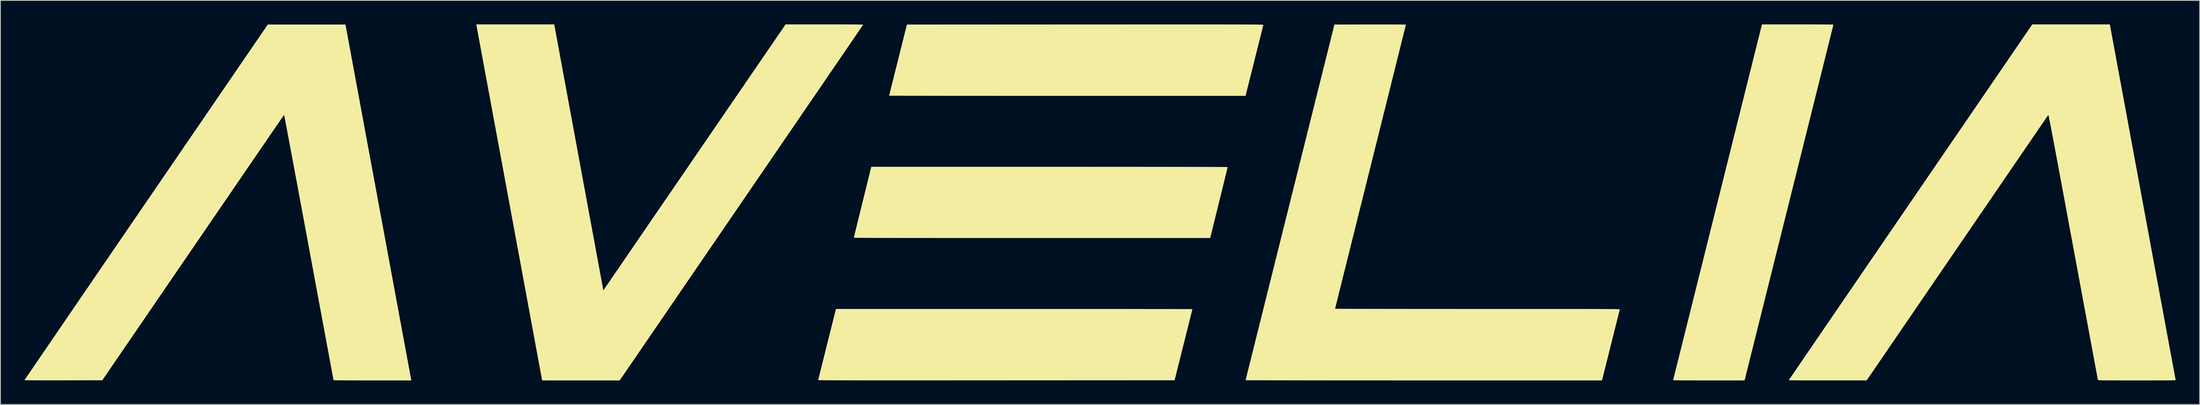
<source format=kicad_pcb>
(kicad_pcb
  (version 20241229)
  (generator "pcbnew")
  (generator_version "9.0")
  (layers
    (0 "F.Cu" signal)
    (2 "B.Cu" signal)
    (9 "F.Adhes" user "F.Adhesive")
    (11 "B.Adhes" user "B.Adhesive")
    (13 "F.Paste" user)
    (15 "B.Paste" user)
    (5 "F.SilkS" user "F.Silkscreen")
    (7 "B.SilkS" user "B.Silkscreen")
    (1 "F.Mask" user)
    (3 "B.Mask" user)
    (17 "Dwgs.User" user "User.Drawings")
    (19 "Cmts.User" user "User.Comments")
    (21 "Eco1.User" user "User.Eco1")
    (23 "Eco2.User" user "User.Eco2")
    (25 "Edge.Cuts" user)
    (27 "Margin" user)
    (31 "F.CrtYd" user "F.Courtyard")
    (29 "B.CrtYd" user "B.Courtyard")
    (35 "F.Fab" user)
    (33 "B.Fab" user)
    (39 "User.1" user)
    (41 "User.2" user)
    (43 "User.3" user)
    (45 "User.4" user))
  (footprint "avelia_logo"
    (layer "F.Cu")
    (at 135.433 23.3)
    (property "Reference" "avelia_logo" (at 0 0 0) (layer "F.SilkS") (effects (font (size 1.524 1.524) (thickness 0.3))))
    (attr board_only exclude_from_pos_files exclude_from_bom)
    (fp_poly (pts (xy 86.314 -23.3) (xy 86.835 -23.299) (xy 87.333 -23.298) (xy 87.805 -23.297) (xy 88.247 -23.296) (xy 88.654 -23.294) (xy 89.024 -23.292) (xy 89.351 -23.29) (xy 89.633 -23.287) (xy 89.866 -23.285) (xy 90.045 -23.282) (xy 90.167 -23.279) (xy 90.227 -23.276) (xy 90.234 -23.275) (xy 90.226 -23.242) (xy 90.202 -23.145) (xy 90.163 -22.987) (xy 90.109 -22.77) (xy 90.041 -22.494) (xy 89.958 -22.162) (xy 89.862 -21.775) (xy 89.753 -21.335) (xy 89.63 -20.844) (xy 89.496 -20.303) (xy 89.349 -19.714) (xy 89.191 -19.078) (xy 89.022 -18.397) (xy 88.841 -17.673) (xy 88.651 -16.908) (xy 88.45 -16.103) (xy 88.24 -15.26) (xy 88.021 -14.38) (xy 87.793 -13.465) (xy 87.557 -12.517) (xy 87.313 -11.537) (xy 87.061 -10.527) (xy 86.803 -9.489) (xy 86.537 -8.425) (xy 86.266 -7.335) (xy 85.988 -6.222) (xy 85.706 -5.087) (xy 85.418 -3.933) (xy 85.125 -2.76) (xy 84.829 -1.57) (xy 84.693 -1.025) (xy 79.152 21.2) (xy 74.689 21.2) (xy 74.052 21.2) (xy 73.48 21.2) (xy 72.967 21.2) (xy 72.511 21.199) (xy 72.108 21.198) (xy 71.756 21.198) (xy 71.45 21.196) (xy 71.189 21.195) (xy 70.967 21.193) (xy 70.782 21.19) (xy 70.631 21.187) (xy 70.511 21.184) (xy 70.417 21.18) (xy 70.347 21.175) (xy 70.298 21.17) (xy 70.266 21.164) (xy 70.248 21.157) (xy 70.24 21.15) (xy 70.24 21.142) (xy 70.249 21.106) (xy 70.273 21.008) (xy 70.313 20.849) (xy 70.368 20.629) (xy 70.437 20.352) (xy 70.52 20.018) (xy 70.617 19.63) (xy 70.727 19.188) (xy 70.85 18.695) (xy 70.985 18.152) (xy 71.132 17.561) (xy 71.291 16.924) (xy 71.461 16.242) (xy 71.642 15.517) (xy 71.833 14.75) (xy 72.034 13.944) (xy 72.245 13.099) (xy 72.464 12.218) (xy 72.692 11.302) (xy 72.929 10.353) (xy 73.173 9.372) (xy 73.425 8.362) (xy 73.684 7.323) (xy 73.95 6.258) (xy 74.221 5.168) (xy 74.499 4.055) (xy 74.782 2.92) (xy 75.069 1.765) (xy 75.362 0.592) (xy 75.658 -0.597) (xy 75.786 -1.108) (xy 81.317 -23.3) (xy 85.775 -23.3)) (stroke (width 0) (type solid)) (fill yes) (layer "F.SilkS"))
    (fp_poly (pts (xy -10.751 12.267) (xy -9.552 12.267) (xy -8.372 12.267) (xy -7.212 12.267) (xy -6.074 12.268) (xy -4.959 12.268) (xy -3.87 12.268) (xy -2.807 12.269) (xy -1.773 12.269) (xy -0.769 12.27) (xy 0.202 12.271) (xy 1.14 12.272) (xy 2.042 12.272) (xy 2.907 12.273) (xy 3.733 12.274) (xy 4.518 12.275) (xy 5.261 12.276) (xy 5.959 12.277) (xy 6.612 12.278) (xy 7.217 12.279) (xy 7.773 12.28) (xy 8.277 12.281) (xy 8.729 12.283) (xy 9.126 12.284) (xy 9.466 12.285) (xy 9.749 12.286) (xy 9.972 12.288) (xy 10.134 12.289) (xy 10.232 12.29) (xy 10.266 12.292) (xy 10.266 12.292) (xy 10.258 12.326) (xy 10.234 12.422) (xy 10.197 12.575) (xy 10.145 12.781) (xy 10.082 13.038) (xy 10.007 13.34) (xy 9.921 13.684) (xy 9.825 14.067) (xy 9.721 14.485) (xy 9.609 14.935) (xy 9.49 15.411) (xy 9.365 15.911) (xy 9.235 16.432) (xy 9.155 16.75) (xy 8.046 21.183) (xy -14.196 21.192) (xy -15.656 21.192) (xy -17.051 21.193) (xy -18.382 21.193) (xy -19.651 21.194) (xy -20.86 21.194) (xy -22.009 21.194) (xy -23.1 21.195) (xy -24.135 21.195) (xy -25.115 21.195) (xy -26.042 21.195) (xy -26.917 21.195) (xy -27.742 21.195) (xy -28.518 21.195) (xy -29.246 21.195) (xy -29.929 21.194) (xy -30.567 21.194) (xy -31.162 21.194) (xy -31.716 21.193) (xy -32.229 21.192) (xy -32.704 21.192) (xy -33.143 21.191) (xy -33.545 21.19) (xy -33.914 21.189) (xy -34.25 21.188) (xy -34.555 21.186) (xy -34.83 21.185) (xy -35.077 21.183) (xy -35.298 21.182) (xy -35.494 21.18) (xy -35.665 21.178) (xy -35.815 21.176) (xy -35.944 21.174) (xy -36.053 21.172) (xy -36.145 21.169) (xy -36.221 21.166) (xy -36.282 21.164) (xy -36.33 21.161) (xy -36.365 21.158) (xy -36.391 21.154) (xy -36.408 21.151) (xy -36.417 21.148) (xy -36.42 21.144) (xy -36.42 21.142) (xy -36.41 21.103) (xy -36.385 21.003) (xy -36.345 20.846) (xy -36.293 20.636) (xy -36.228 20.377) (xy -36.151 20.072) (xy -36.064 19.725) (xy -35.968 19.341) (xy -35.863 18.923) (xy -35.751 18.474) (xy -35.633 17.999) (xy -35.508 17.501) (xy -35.379 16.985) (xy -35.333 16.8) (xy -35.202 16.277) (xy -35.076 15.77) (xy -34.954 15.283) (xy -34.839 14.821) (xy -34.73 14.387) (xy -34.63 13.985) (xy -34.538 13.62) (xy -34.457 13.294) (xy -34.386 13.012) (xy -34.328 12.777) (xy -34.282 12.595) (xy -34.25 12.468) (xy -34.233 12.4) (xy -34.23 12.392) (xy -34.197 12.267) (xy -11.965 12.267)) (stroke (width 0) (type solid)) (fill yes) (layer "F.SilkS"))
    (fp_poly (pts (xy 10.442 -23.295) (xy 11.218 -23.295) (xy 11.946 -23.295) (xy 12.629 -23.294) (xy 13.267 -23.294) (xy 13.862 -23.294) (xy 14.416 -23.293) (xy 14.929 -23.292) (xy 15.404 -23.292) (xy 15.843 -23.291) (xy 16.245 -23.29) (xy 16.614 -23.289) (xy 16.95 -23.288) (xy 17.255 -23.286) (xy 17.53 -23.285) (xy 17.777 -23.283) (xy 17.998 -23.282) (xy 18.194 -23.28) (xy 18.365 -23.278) (xy 18.515 -23.276) (xy 18.644 -23.274) (xy 18.753 -23.272) (xy 18.845 -23.269) (xy 18.921 -23.266) (xy 18.982 -23.264) (xy 19.03 -23.261) (xy 19.065 -23.258) (xy 19.091 -23.254) (xy 19.108 -23.251) (xy 19.117 -23.248) (xy 19.12 -23.244) (xy 19.12 -23.242) (xy 19.11 -23.203) (xy 19.085 -23.103) (xy 19.045 -22.946) (xy 18.993 -22.736) (xy 18.928 -22.477) (xy 18.851 -22.172) (xy 18.764 -21.825) (xy 18.668 -21.441) (xy 18.563 -21.023) (xy 18.451 -20.574) (xy 18.333 -20.099) (xy 18.208 -19.601) (xy 18.079 -19.085) (xy 18.033 -18.9) (xy 17.902 -18.377) (xy 17.776 -17.87) (xy 17.654 -17.383) (xy 17.539 -16.921) (xy 17.43 -16.487) (xy 17.33 -16.085) (xy 17.238 -15.72) (xy 17.157 -15.394) (xy 17.086 -15.112) (xy 17.028 -14.877) (xy 16.982 -14.695) (xy 16.95 -14.568) (xy 16.933 -14.5) (xy 16.93 -14.492) (xy 16.897 -14.367) (xy -5.335 -14.367) (xy -6.549 -14.367) (xy -7.748 -14.367) (xy -8.928 -14.367) (xy -10.088 -14.367) (xy -11.226 -14.368) (xy -12.341 -14.368) (xy -13.43 -14.368) (xy -14.493 -14.369) (xy -15.527 -14.369) (xy -16.531 -14.37) (xy -17.502 -14.371) (xy -18.44 -14.372) (xy -19.342 -14.372) (xy -20.207 -14.373) (xy -21.033 -14.374) (xy -21.818 -14.375) (xy -22.561 -14.376) (xy -23.259 -14.377) (xy -23.912 -14.378) (xy -24.517 -14.379) (xy -25.073 -14.38) (xy -25.577 -14.381) (xy -26.029 -14.383) (xy -26.426 -14.384) (xy -26.766 -14.385) (xy -27.049 -14.386) (xy -27.272 -14.388) (xy -27.434 -14.389) (xy -27.532 -14.39) (xy -27.566 -14.392) (xy -27.566 -14.392) (xy -27.558 -14.426) (xy -27.534 -14.522) (xy -27.497 -14.675) (xy -27.445 -14.881) (xy -27.382 -15.138) (xy -27.307 -15.44) (xy -27.221 -15.784) (xy -27.125 -16.167) (xy -27.021 -16.585) (xy -26.909 -17.035) (xy -26.79 -17.511) (xy -26.665 -18.011) (xy -26.535 -18.532) (xy -26.455 -18.85) (xy -25.346 -23.283) (xy -3.104 -23.292) (xy -1.644 -23.292) (xy -0.249 -23.293) (xy 1.082 -23.293) (xy 2.351 -23.294) (xy 3.56 -23.294) (xy 4.709 -23.294) (xy 5.8 -23.295) (xy 6.835 -23.295) (xy 7.815 -23.295) (xy 8.742 -23.295) (xy 9.617 -23.295)) (stroke (width 0) (type solid)) (fill yes) (layer "F.SilkS"))
    (fp_poly (pts (xy -5.92 -5.5) (xy -4.342 -5.5) (xy -2.829 -5.5) (xy -1.383 -5.499) (xy -0.002 -5.499) (xy 1.315 -5.498) (xy 2.567 -5.498) (xy 3.755 -5.497) (xy 4.88 -5.496) (xy 5.941 -5.496) (xy 6.939 -5.495) (xy 7.875 -5.494) (xy 8.749 -5.492) (xy 9.561 -5.491) (xy 10.311 -5.49) (xy 11.001 -5.488) (xy 11.629 -5.487) (xy 12.198 -5.485) (xy 12.707 -5.484) (xy 13.156 -5.482) (xy 13.546 -5.48) (xy 13.877 -5.478) (xy 14.15 -5.476) (xy 14.365 -5.474) (xy 14.522 -5.471) (xy 14.622 -5.469) (xy 14.665 -5.466) (xy 14.667 -5.466) (xy 14.659 -5.43) (xy 14.636 -5.333) (xy 14.599 -5.179) (xy 14.549 -4.972) (xy 14.486 -4.715) (xy 14.412 -4.413) (xy 14.328 -4.069) (xy 14.234 -3.686) (xy 14.132 -3.27) (xy 14.022 -2.824) (xy 13.906 -2.35) (xy 13.783 -1.854) (xy 13.656 -1.34) (xy 13.615 -1.174) (xy 13.486 -0.651) (xy 13.361 -0.145) (xy 13.241 0.342) (xy 13.127 0.804) (xy 13.02 1.239) (xy 12.921 1.642) (xy 12.831 2.008) (xy 12.751 2.335) (xy 12.681 2.619) (xy 12.623 2.854) (xy 12.578 3.038) (xy 12.547 3.166) (xy 12.531 3.234) (xy 12.529 3.242) (xy 12.494 3.4) (xy -9.736 3.4) (xy -11.236 3.4) (xy -12.67 3.4) (xy -14.04 3.4) (xy -15.347 3.4) (xy -16.593 3.399) (xy -17.779 3.399) (xy -18.906 3.399) (xy -19.976 3.399) (xy -20.99 3.398) (xy -21.949 3.398) (xy -22.854 3.397) (xy -23.707 3.396) (xy -24.51 3.396) (xy -25.262 3.395) (xy -25.967 3.394) (xy -26.625 3.393) (xy -27.237 3.392) (xy -27.805 3.391) (xy -28.33 3.39) (xy -28.813 3.389) (xy -29.256 3.388) (xy -29.66 3.386) (xy -30.026 3.385) (xy -30.357 3.383) (xy -30.652 3.381) (xy -30.913 3.38) (xy -31.142 3.378) (xy -31.34 3.376) (xy -31.508 3.373) (xy -31.647 3.371) (xy -31.76 3.369) (xy -31.847 3.366) (xy -31.909 3.364) (xy -31.948 3.361) (xy -31.966 3.358) (xy -31.967 3.357) (xy -31.959 3.32) (xy -31.936 3.222) (xy -31.899 3.068) (xy -31.849 2.861) (xy -31.788 2.607) (xy -31.715 2.308) (xy -31.633 1.971) (xy -31.541 1.597) (xy -31.442 1.193) (xy -31.336 0.761) (xy -31.224 0.306) (xy -31.107 -0.167) (xy -31.082 -0.268) (xy -30.96 -0.763) (xy -30.839 -1.254) (xy -30.72 -1.735) (xy -30.606 -2.199) (xy -30.496 -2.642) (xy -30.394 -3.059) (xy -30.299 -3.443) (xy -30.214 -3.789) (xy -30.139 -4.091) (xy -30.077 -4.345) (xy -30.028 -4.545) (xy -29.996 -4.675) (xy -29.794 -5.5) (xy -7.564 -5.5)) (stroke (width 0) (type solid)) (fill yes) (layer "F.SilkS"))
    (fp_poly (pts (xy -69.321 -23.192) (xy -69.313 -23.148) (xy -69.294 -23.041) (xy -69.263 -22.873) (xy -69.221 -22.647) (xy -69.169 -22.366) (xy -69.108 -22.031) (xy -69.037 -21.645) (xy -68.957 -21.21) (xy -68.868 -20.729) (xy -68.771 -20.205) (xy -68.667 -19.639) (xy -68.556 -19.034) (xy -68.438 -18.393) (xy -68.313 -17.717) (xy -68.183 -17.009) (xy -68.047 -16.272) (xy -67.906 -15.508) (xy -67.761 -14.72) (xy -67.612 -13.909) (xy -67.459 -13.079) (xy -67.303 -12.231) (xy -67.144 -11.368) (xy -66.982 -10.493) (xy -66.819 -9.607) (xy -66.655 -8.714) (xy -66.489 -7.815) (xy -66.323 -6.913) (xy -66.157 -6.01) (xy -65.991 -5.11) (xy -65.826 -4.213) (xy -65.662 -3.324) (xy -65.499 -2.443) (xy -65.339 -1.573) (xy -65.182 -0.718) (xy -65.027 0.122) (xy -64.876 0.942) (xy -64.728 1.742) (xy -64.585 2.519) (xy -64.447 3.269) (xy -64.314 3.992) (xy -64.186 4.683) (xy -64.065 5.342) (xy -63.95 5.965) (xy -63.842 6.551) (xy -63.742 7.096) (xy -63.649 7.599) (xy -63.565 8.057) (xy -63.489 8.467) (xy -63.423 8.828) (xy -63.366 9.136) (xy -63.319 9.39) (xy -63.283 9.587) (xy -63.257 9.724) (xy -63.243 9.799) (xy -63.241 9.814) (xy -63.216 9.944) (xy -40.483 -23.299) (xy -35.638 -23.3) (xy -34.952 -23.3) (xy -34.329 -23.299) (xy -33.768 -23.299) (xy -33.265 -23.298) (xy -32.818 -23.297) (xy -32.424 -23.296) (xy -32.081 -23.294) (xy -31.785 -23.292) (xy -31.534 -23.289) (xy -31.326 -23.286) (xy -31.156 -23.283) (xy -31.024 -23.279) (xy -30.926 -23.275) (xy -30.859 -23.27) (xy -30.821 -23.265) (xy -30.809 -23.259) (xy -30.809 -23.258) (xy -30.828 -23.229) (xy -30.885 -23.146) (xy -30.977 -23.01) (xy -31.104 -22.824) (xy -31.265 -22.587) (xy -31.459 -22.302) (xy -31.685 -21.97) (xy -31.943 -21.591) (xy -32.232 -21.168) (xy -32.55 -20.702) (xy -32.897 -20.194) (xy -33.271 -19.645) (xy -33.673 -19.056) (xy -34.101 -18.43) (xy -34.553 -17.766) (xy -35.031 -17.068) (xy -35.531 -16.334) (xy -36.054 -15.568) (xy -36.599 -14.77) (xy -37.165 -13.942) (xy -37.75 -13.085) (xy -38.354 -12.2) (xy -38.977 -11.289) (xy -39.616 -10.353) (xy -40.272 -9.392) (xy -40.944 -8.409) (xy -41.63 -7.405) (xy -42.329 -6.381) (xy -43.042 -5.339) (xy -43.766 -4.279) (xy -44.501 -3.203) (xy -45.246 -2.112) (xy -46 -1.008) (xy -61.176 21.2) (xy -70.853 21.2) (xy -74.946 -0.975) (xy -75.168 -2.179) (xy -75.387 -3.366) (xy -75.603 -4.536) (xy -75.816 -5.687) (xy -76.024 -6.816) (xy -76.228 -7.923) (xy -76.428 -9.005) (xy -76.623 -10.061) (xy -76.813 -11.088) (xy -76.997 -12.087) (xy -77.176 -13.054) (xy -77.348 -13.987) (xy -77.515 -14.887) (xy -77.674 -15.75) (xy -77.826 -16.574) (xy -77.971 -17.359) (xy -78.109 -18.103) (xy -78.238 -18.803) (xy -78.359 -19.459) (xy -78.472 -20.067) (xy -78.575 -20.628) (xy -78.67 -21.139) (xy -78.755 -21.598) (xy -78.83 -22.004) (xy -78.895 -22.354) (xy -78.949 -22.648) (xy -78.993 -22.884) (xy -79.025 -23.059) (xy -79.047 -23.173) (xy -79.056 -23.223) (xy -79.056 -23.225) (xy -79.074 -23.3) (xy -69.341 -23.3)) (stroke (width 0) (type solid)) (fill yes) (layer "F.SilkS"))
    (fp_poly (pts (xy -91.299 -1.15) (xy -91.077 0.053) (xy -90.858 1.24) (xy -90.642 2.409) (xy -90.43 3.559) (xy -90.221 4.688) (xy -90.017 5.794) (xy -89.817 6.875) (xy -89.622 7.931) (xy -89.433 8.958) (xy -89.248 9.956) (xy -89.07 10.923) (xy -88.897 11.857) (xy -88.731 12.756) (xy -88.572 13.618) (xy -88.419 14.443) (xy -88.274 15.228) (xy -88.137 15.971) (xy -88.008 16.672) (xy -87.887 17.327) (xy -87.774 17.936) (xy -87.67 18.496) (xy -87.576 19.007) (xy -87.491 19.466) (xy -87.416 19.872) (xy -87.351 20.222) (xy -87.297 20.516) (xy -87.253 20.751) (xy -87.221 20.927) (xy -87.2 21.04) (xy -87.191 21.09) (xy -87.19 21.092) (xy -87.168 21.2) (xy -92.015 21.2) (xy -92.68 21.2) (xy -93.281 21.2) (xy -93.822 21.2) (xy -94.305 21.199) (xy -94.735 21.199) (xy -95.114 21.198) (xy -95.446 21.197) (xy -95.733 21.195) (xy -95.979 21.193) (xy -96.187 21.191) (xy -96.36 21.189) (xy -96.502 21.186) (xy -96.615 21.182) (xy -96.703 21.178) (xy -96.769 21.173) (xy -96.816 21.168) (xy -96.847 21.162) (xy -96.866 21.155) (xy -96.875 21.148) (xy -96.878 21.142) (xy -96.885 21.106) (xy -96.904 21.006) (xy -96.934 20.844) (xy -96.975 20.623) (xy -97.027 20.345) (xy -97.09 20.01) (xy -97.162 19.622) (xy -97.243 19.182) (xy -97.334 18.692) (xy -97.434 18.154) (xy -97.542 17.57) (xy -97.659 16.943) (xy -97.783 16.273) (xy -97.915 15.563) (xy -98.053 14.815) (xy -98.198 14.031) (xy -98.35 13.213) (xy -98.508 12.363) (xy -98.671 11.483) (xy -98.839 10.574) (xy -99.012 9.639) (xy -99.19 8.679) (xy -99.371 7.697) (xy -99.557 6.695) (xy -99.746 5.675) (xy -99.938 4.637) (xy -99.956 4.542) (xy -100.148 3.504) (xy -100.337 2.482) (xy -100.523 1.479) (xy -100.705 0.497) (xy -100.883 -0.463) (xy -101.057 -1.399) (xy -101.226 -2.308) (xy -101.389 -3.189) (xy -101.548 -4.04) (xy -101.7 -4.859) (xy -101.846 -5.644) (xy -101.986 -6.392) (xy -102.118 -7.103) (xy -102.244 -7.773) (xy -102.361 -8.402) (xy -102.471 -8.987) (xy -102.572 -9.526) (xy -102.664 -10.017) (xy -102.747 -10.458) (xy -102.821 -10.848) (xy -102.884 -11.184) (xy -102.938 -11.464) (xy -102.981 -11.687) (xy -103.013 -11.851) (xy -103.033 -11.952) (xy -103.042 -11.991) (xy -103.042 -11.991) (xy -103.062 -11.964) (xy -103.119 -11.882) (xy -103.211 -11.749) (xy -103.338 -11.565) (xy -103.498 -11.332) (xy -103.691 -11.051) (xy -103.915 -10.725) (xy -104.169 -10.354) (xy -104.453 -9.94) (xy -104.765 -9.484) (xy -105.105 -8.988) (xy -105.47 -8.454) (xy -105.861 -7.883) (xy -106.277 -7.276) (xy -106.715 -6.635) (xy -107.176 -5.962) (xy -107.657 -5.258) (xy -108.159 -4.524) (xy -108.68 -3.762) (xy -109.219 -2.973) (xy -109.775 -2.16) (xy -110.347 -1.323) (xy -110.934 -0.464) (xy -111.535 0.415) (xy -112.149 1.313) (xy -112.774 2.229) (xy -113.411 3.161) (xy -114.057 4.107) (xy -114.394 4.6) (xy -125.72 21.183) (xy -130.577 21.192) (xy -131.198 21.193) (xy -131.789 21.193) (xy -132.346 21.193) (xy -132.866 21.193) (xy -133.347 21.192) (xy -133.786 21.191) (xy -134.179 21.189) (xy -134.524 21.187) (xy -134.818 21.185) (xy -135.058 21.182) (xy -135.242 21.179) (xy -135.366 21.176) (xy -135.427 21.172) (xy -135.433 21.17) (xy -135.415 21.142) (xy -135.359 21.059) (xy -135.268 20.924) (xy -135.142 20.738) (xy -134.982 20.502) (xy -134.788 20.217) (xy -134.562 19.886) (xy -134.305 19.508) (xy -134.017 19.086) (xy -133.7 18.62) (xy -133.354 18.112) (xy -132.98 17.564) (xy -132.579 16.976) (xy -132.152 16.35) (xy -131.7 15.687) (xy -131.223 14.988) (xy -130.723 14.256) (xy -130.201 13.49) (xy -129.656 12.693) (xy -129.091 11.865) (xy -128.507 11.008) (xy -127.903 10.124) (xy -127.281 9.213) (xy -126.641 8.277) (xy -125.986 7.317) (xy -125.315 6.334) (xy -124.629 5.33) (xy -123.93 4.307) (xy -123.218 3.264) (xy -122.494 2.204) (xy -121.759 1.129) (xy -121.014 0.038) (xy -120.259 -1.066) (xy -120.255 -1.071) (xy -105.078 -23.283) (xy -95.387 -23.283)) (stroke (width 0) (type solid)) (fill yes) (layer "F.SilkS"))
    (fp_poly (pts (xy 119.878 -23.3) (xy 124.717 -23.3) (xy 128.814 -1.108) (xy 129.036 0.096) (xy 129.255 1.284) (xy 129.471 2.454) (xy 129.684 3.604) (xy 129.892 4.734) (xy 130.097 5.841) (xy 130.297 6.923) (xy 130.492 7.979) (xy 130.681 9.006) (xy 130.866 10.005) (xy 131.044 10.972) (xy 131.217 11.906) (xy 131.383 12.805) (xy 131.543 13.667) (xy 131.695 14.492) (xy 131.84 15.277) (xy 131.978 16.02) (xy 132.107 16.721) (xy 132.228 17.376) (xy 132.341 17.985) (xy 132.444 18.545) (xy 132.539 19.056) (xy 132.624 19.515) (xy 132.699 19.92) (xy 132.764 20.271) (xy 132.818 20.565) (xy 132.862 20.8) (xy 132.895 20.976) (xy 132.916 21.089) (xy 132.925 21.139) (xy 132.926 21.141) (xy 132.926 21.149) (xy 132.918 21.157) (xy 132.901 21.163) (xy 132.87 21.169) (xy 132.822 21.174) (xy 132.755 21.179) (xy 132.665 21.183) (xy 132.549 21.186) (xy 132.403 21.189) (xy 132.225 21.192) (xy 132.012 21.194) (xy 131.76 21.196) (xy 131.466 21.197) (xy 131.127 21.198) (xy 130.74 21.199) (xy 130.301 21.199) (xy 129.808 21.2) (xy 129.257 21.2) (xy 128.645 21.2) (xy 128.091 21.2) (xy 127.426 21.2) (xy 126.825 21.2) (xy 126.284 21.2) (xy 125.8 21.199) (xy 125.37 21.199) (xy 124.991 21.198) (xy 124.659 21.197) (xy 124.372 21.195) (xy 124.126 21.193) (xy 123.918 21.191) (xy 123.745 21.189) (xy 123.603 21.186) (xy 123.49 21.182) (xy 123.402 21.178) (xy 123.336 21.173) (xy 123.289 21.168) (xy 123.258 21.162) (xy 123.239 21.155) (xy 123.23 21.148) (xy 123.227 21.142) (xy 123.22 21.106) (xy 123.201 21.006) (xy 123.171 20.844) (xy 123.13 20.623) (xy 123.079 20.345) (xy 123.016 20.01) (xy 122.944 19.622) (xy 122.863 19.182) (xy 122.772 18.692) (xy 122.672 18.154) (xy 122.564 17.57) (xy 122.448 16.942) (xy 122.324 16.273) (xy 122.192 15.563) (xy 122.053 14.815) (xy 121.908 14.031) (xy 121.757 13.213) (xy 121.599 12.362) (xy 121.436 11.481) (xy 121.268 10.572) (xy 121.095 9.637) (xy 120.917 8.678) (xy 120.735 7.695) (xy 120.55 6.693) (xy 120.361 5.672) (xy 120.169 4.634) (xy 120.148 4.524) (xy 119.917 3.274) (xy 119.697 2.088) (xy 119.489 0.964) (xy 119.292 -0.1) (xy 119.106 -1.104) (xy 118.931 -2.051) (xy 118.765 -2.942) (xy 118.61 -3.78) (xy 118.464 -4.565) (xy 118.328 -5.299) (xy 118.2 -5.984) (xy 118.082 -6.621) (xy 117.971 -7.213) (xy 117.869 -7.761) (xy 117.774 -8.266) (xy 117.687 -8.73) (xy 117.607 -9.155) (xy 117.534 -9.542) (xy 117.468 -9.894) (xy 117.407 -10.211) (xy 117.353 -10.496) (xy 117.304 -10.749) (xy 117.26 -10.973) (xy 117.221 -11.17) (xy 117.187 -11.34) (xy 117.157 -11.486) (xy 117.132 -11.609) (xy 117.11 -11.711) (xy 117.091 -11.794) (xy 117.076 -11.859) (xy 117.063 -11.907) (xy 117.053 -11.941) (xy 117.045 -11.963) (xy 117.038 -11.973) (xy 117.034 -11.973) (xy 117.033 -11.972) (xy 117.012 -11.941) (xy 116.954 -11.857) (xy 116.86 -11.72) (xy 116.732 -11.533) (xy 116.571 -11.297) (xy 116.377 -11.014) (xy 116.151 -10.684) (xy 115.896 -10.31) (xy 115.611 -9.893) (xy 115.297 -9.434) (xy 114.957 -8.936) (xy 114.59 -8.399) (xy 114.198 -7.825) (xy 113.782 -7.216) (xy 113.342 -6.573) (xy 112.881 -5.897) (xy 112.398 -5.191) (xy 111.896 -4.455) (xy 111.374 -3.691) (xy 110.835 -2.901) (xy 110.278 -2.086) (xy 109.706 -1.248) (xy 109.119 -0.388) (xy 108.517 0.492) (xy 107.904 1.392) (xy 107.278 2.308) (xy 106.641 3.24) (xy 105.995 4.187) (xy 105.683 4.644) (xy 94.383 21.197) (xy 89.521 21.198) (xy 88.848 21.198) (xy 88.238 21.198) (xy 87.689 21.198) (xy 87.198 21.198) (xy 86.761 21.197) (xy 86.376 21.196) (xy 86.039 21.195) (xy 85.748 21.193) (xy 85.499 21.191) (xy 85.29 21.189) (xy 85.118 21.186) (xy 84.979 21.182) (xy 84.87 21.179) (xy 84.789 21.174) (xy 84.732 21.169) (xy 84.697 21.164) (xy 84.68 21.158) (xy 84.678 21.153) (xy 84.697 21.123) (xy 84.754 21.04) (xy 84.846 20.904) (xy 84.973 20.717) (xy 85.134 20.48) (xy 85.328 20.194) (xy 85.555 19.862) (xy 85.813 19.483) (xy 86.102 19.06) (xy 86.42 18.594) (xy 86.767 18.085) (xy 87.141 17.536) (xy 87.543 16.947) (xy 87.971 16.32) (xy 88.424 15.657) (xy 88.901 14.958) (xy 89.402 14.224) (xy 89.925 13.458) (xy 90.47 12.66) (xy 91.035 11.832) (xy 91.621 10.974) (xy 92.225 10.089) (xy 92.848 9.178) (xy 93.487 8.241) (xy 94.143 7.281) (xy 94.815 6.298) (xy 95.501 5.294) (xy 96.2 4.27) (xy 96.912 3.227) (xy 97.637 2.167) (xy 98.372 1.091) (xy 99.117 0.001) (xy 99.867 -1.097) (xy 115.039 -23.3)) (stroke (width 0) (type solid)) (fill yes) (layer "F.SilkS"))
    (fp_poly (pts (xy 34.429 -23.293) (xy 34.963 -23.293) (xy 35.433 -23.291) (xy 35.839 -23.289) (xy 36.179 -23.287) (xy 36.454 -23.284) (xy 36.664 -23.28) (xy 36.808 -23.276) (xy 36.885 -23.271) (xy 36.9 -23.267) (xy 36.892 -23.233) (xy 36.868 -23.136) (xy 36.83 -22.978) (xy 36.776 -22.761) (xy 36.708 -22.487) (xy 36.626 -22.157) (xy 36.531 -21.774) (xy 36.423 -21.339) (xy 36.303 -20.854) (xy 36.171 -20.322) (xy 36.027 -19.743) (xy 35.872 -19.119) (xy 35.706 -18.454) (xy 35.531 -17.747) (xy 35.345 -17.003) (xy 35.151 -16.221) (xy 34.948 -15.404) (xy 34.736 -14.554) (xy 34.517 -13.672) (xy 34.29 -12.762) (xy 34.056 -11.823) (xy 33.816 -10.859) (xy 33.57 -9.871) (xy 33.319 -8.861) (xy 33.062 -7.831) (xy 32.801 -6.782) (xy 32.535 -5.717) (xy 32.483 -5.508) (xy 32.217 -4.44) (xy 31.955 -3.388) (xy 31.698 -2.354) (xy 31.445 -1.34) (xy 31.198 -0.348) (xy 30.957 0.621) (xy 30.722 1.564) (xy 30.494 2.48) (xy 30.273 3.367) (xy 30.06 4.223) (xy 29.855 5.046) (xy 29.659 5.835) (xy 29.471 6.587) (xy 29.294 7.3) (xy 29.126 7.974) (xy 28.969 8.605) (xy 28.823 9.192) (xy 28.689 9.734) (xy 28.566 10.227) (xy 28.455 10.672) (xy 28.358 11.065) (xy 28.274 11.405) (xy 28.203 11.689) (xy 28.147 11.917) (xy 28.105 12.086) (xy 28.078 12.195) (xy 28.067 12.241) (xy 28.067 12.242) (xy 28.1 12.244) (xy 28.197 12.245) (xy 28.358 12.247) (xy 28.579 12.248) (xy 28.86 12.249) (xy 29.197 12.251) (xy 29.59 12.252) (xy 30.035 12.253) (xy 30.532 12.255) (xy 31.078 12.256) (xy 31.671 12.257) (xy 32.31 12.258) (xy 32.992 12.259) (xy 33.716 12.26) (xy 34.479 12.261) (xy 35.28 12.262) (xy 36.117 12.263) (xy 36.988 12.263) (xy 37.89 12.264) (xy 38.823 12.265) (xy 39.783 12.265) (xy 40.77 12.266) (xy 41.78 12.266) (xy 42.813 12.266) (xy 43.866 12.267) (xy 44.938 12.267) (xy 45.836 12.267) (xy 47.137 12.267) (xy 48.374 12.267) (xy 49.547 12.267) (xy 50.659 12.267) (xy 51.71 12.267) (xy 52.703 12.267) (xy 53.64 12.267) (xy 54.521 12.268) (xy 55.349 12.268) (xy 56.126 12.268) (xy 56.852 12.269) (xy 57.53 12.269) (xy 58.161 12.27) (xy 58.746 12.27) (xy 59.289 12.271) (xy 59.79 12.272) (xy 60.25 12.273) (xy 60.672 12.274) (xy 61.057 12.275) (xy 61.407 12.276) (xy 61.724 12.278) (xy 62.009 12.279) (xy 62.263 12.281) (xy 62.489 12.283) (xy 62.688 12.285) (xy 62.862 12.287) (xy 63.013 12.289) (xy 63.141 12.291) (xy 63.249 12.294) (xy 63.339 12.296) (xy 63.412 12.299) (xy 63.469 12.302) (xy 63.513 12.306) (xy 63.545 12.309) (xy 63.567 12.313) (xy 63.58 12.317) (xy 63.586 12.321) (xy 63.587 12.325) (xy 63.587 12.325) (xy 63.577 12.364) (xy 63.552 12.464) (xy 63.512 12.62) (xy 63.459 12.83) (xy 63.394 13.09) (xy 63.318 13.395) (xy 63.231 13.741) (xy 63.135 14.126) (xy 63.03 14.544) (xy 62.918 14.993) (xy 62.799 15.468) (xy 62.675 15.965) (xy 62.546 16.482) (xy 62.5 16.667) (xy 62.369 17.19) (xy 62.242 17.697) (xy 62.121 18.183) (xy 62.005 18.646) (xy 61.897 19.079) (xy 61.796 19.481) (xy 61.705 19.847) (xy 61.623 20.173) (xy 61.553 20.455) (xy 61.494 20.689) (xy 61.448 20.872) (xy 61.416 20.999) (xy 61.399 21.066) (xy 61.397 21.075) (xy 61.364 21.2) (xy 39.132 21.2) (xy 37.917 21.2) (xy 36.719 21.2) (xy 35.539 21.2) (xy 34.379 21.199) (xy 33.241 21.199) (xy 32.126 21.199) (xy 31.037 21.198) (xy 29.974 21.198) (xy 28.94 21.197) (xy 27.936 21.197) (xy 26.965 21.196) (xy 26.027 21.195) (xy 25.125 21.194) (xy 24.26 21.194) (xy 23.434 21.193) (xy 22.649 21.192) (xy 21.906 21.191) (xy 21.207 21.19) (xy 20.555 21.189) (xy 19.95 21.188) (xy 19.394 21.186) (xy 18.89 21.185) (xy 18.438 21.184) (xy 18.041 21.183) (xy 17.701 21.182) (xy 17.418 21.18) (xy 17.195 21.179) (xy 17.033 21.178) (xy 16.935 21.176) (xy 16.901 21.175) (xy 16.901 21.175) (xy 16.91 21.142) (xy 16.933 21.045) (xy 16.972 20.887) (xy 17.026 20.67) (xy 17.095 20.394) (xy 17.177 20.062) (xy 17.274 19.675) (xy 17.383 19.235) (xy 17.506 18.744) (xy 17.64 18.203) (xy 17.787 17.614) (xy 17.945 16.978) (xy 18.115 16.297) (xy 18.295 15.574) (xy 18.486 14.808) (xy 18.687 14.003) (xy 18.897 13.16) (xy 19.116 12.28) (xy 19.344 11.365) (xy 19.58 10.417) (xy 19.825 9.437) (xy 20.076 8.428) (xy 20.335 7.39) (xy 20.6 6.325) (xy 20.872 5.236) (xy 21.149 4.123) (xy 21.432 2.989) (xy 21.72 1.834) (xy 22.013 0.661) (xy 22.309 -0.528) (xy 22.444 -1.067) (xy 27.985 -23.283) (xy 32.442 -23.292) (xy 33.168 -23.293) (xy 33.83 -23.293)) (stroke (width 0) (type solid)) (fill yes) (layer "F.SilkS")))
  (gr_rect
    (start -3 -3)
    (end 271.359 47.5)
    (stroke (width 0.1) (type default))
    (fill no)
    (layer "Edge.Cuts")))
</source>
